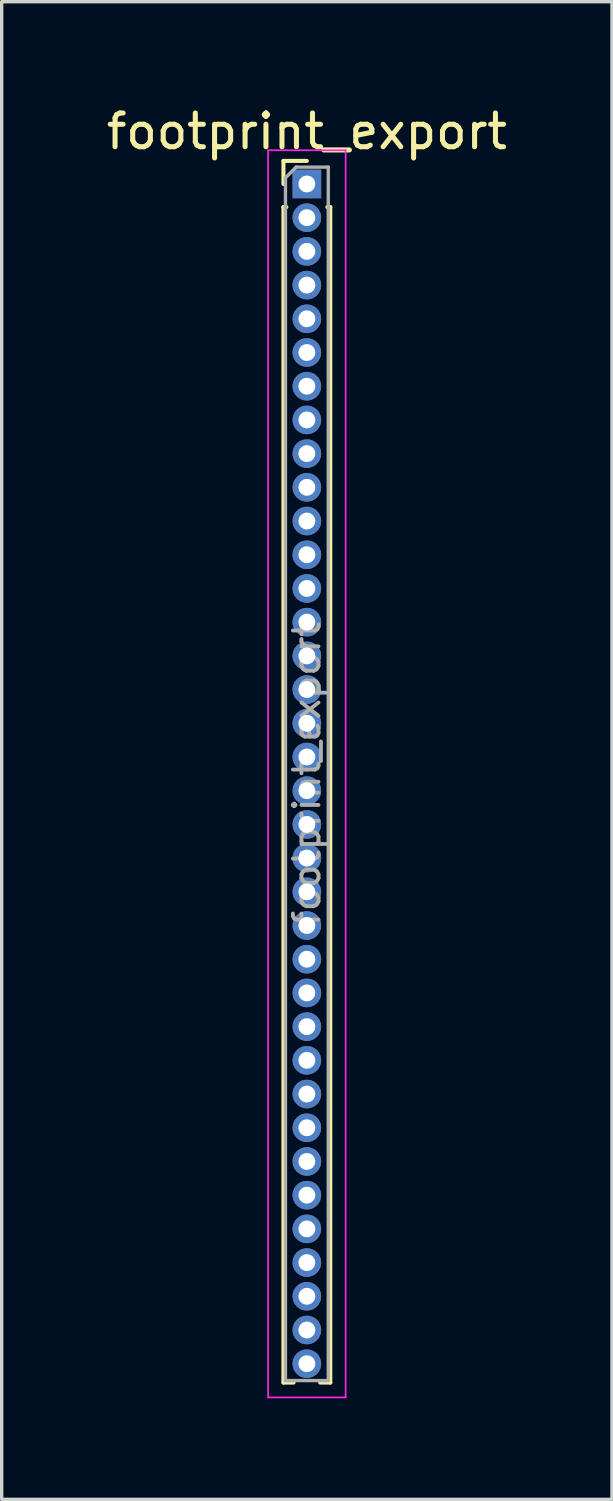
<source format=kicad_pcb>
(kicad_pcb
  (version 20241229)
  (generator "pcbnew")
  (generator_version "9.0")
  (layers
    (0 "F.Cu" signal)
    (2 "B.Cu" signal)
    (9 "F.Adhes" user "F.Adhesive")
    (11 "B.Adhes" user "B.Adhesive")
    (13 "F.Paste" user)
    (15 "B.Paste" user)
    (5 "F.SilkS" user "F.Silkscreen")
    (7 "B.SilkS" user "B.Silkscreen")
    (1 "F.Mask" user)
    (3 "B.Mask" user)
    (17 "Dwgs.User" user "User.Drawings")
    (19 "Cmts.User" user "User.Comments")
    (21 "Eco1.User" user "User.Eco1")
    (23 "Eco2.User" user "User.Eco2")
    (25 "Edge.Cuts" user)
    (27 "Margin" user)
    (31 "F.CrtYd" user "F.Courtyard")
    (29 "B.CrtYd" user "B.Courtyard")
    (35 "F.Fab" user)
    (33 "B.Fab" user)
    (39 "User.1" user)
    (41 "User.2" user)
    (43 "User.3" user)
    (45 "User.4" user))
  (footprint "footprint_export"
    (layer "F.Cu")
    (at 6.054 2.408)
    (property "Reference" "footprint_export" (at 0 -1.56 0) (layer "F.SilkS") (effects (font (size 1 1) (thickness 0.15))))
    (attr through_hole)
    (fp_line (start -0.695 -0.685) (end 0 -0.685) (stroke (width 0.12) (type solid)) (layer "F.SilkS"))
    (fp_line (start -0.695 0) (end -0.695 -0.685) (stroke (width 0.12) (type solid)) (layer "F.SilkS"))
    (fp_line (start -0.695 0.685) (end -0.695 35.56) (stroke (width 0.12) (type solid)) (layer "F.SilkS"))
    (fp_line (start -0.695 0.685) (end -0.608 0.685) (stroke (width 0.12) (type solid)) (layer "F.SilkS"))
    (fp_line (start -0.695 35.56) (end -0.394 35.56) (stroke (width 0.12) (type solid)) (layer "F.SilkS"))
    (fp_line (start 0.394 35.56) (end 0.695 35.56) (stroke (width 0.12) (type solid)) (layer "F.SilkS"))
    (fp_line (start 0.608 0.685) (end 0.695 0.685) (stroke (width 0.12) (type solid)) (layer "F.SilkS"))
    (fp_line (start 0.695 0.685) (end 0.695 35.56) (stroke (width 0.12) (type solid)) (layer "F.SilkS"))
    (fp_line (start -1.15 -1) (end -1.15 36) (stroke (width 0.05) (type solid)) (layer "F.CrtYd"))
    (fp_line (start -1.15 36) (end 1.15 36) (stroke (width 0.05) (type solid)) (layer "F.CrtYd"))
    (fp_line (start 1.15 -1) (end -1.15 -1) (stroke (width 0.05) (type solid)) (layer "F.CrtYd"))
    (fp_line (start 1.15 36) (end 1.15 -1) (stroke (width 0.05) (type solid)) (layer "F.CrtYd"))
    (fp_line (start -0.635 -0.182) (end -0.318 -0.5) (stroke (width 0.1) (type solid)) (layer "F.Fab"))
    (fp_line (start -0.635 35.5) (end -0.635 -0.182) (stroke (width 0.1) (type solid)) (layer "F.Fab"))
    (fp_line (start -0.318 -0.5) (end 0.635 -0.5) (stroke (width 0.1) (type solid)) (layer "F.Fab"))
    (fp_line (start 0.635 -0.5) (end 0.635 35.5) (stroke (width 0.1) (type solid)) (layer "F.Fab"))
    (fp_line (start 0.635 35.5) (end -0.635 35.5) (stroke (width 0.1) (type solid)) (layer "F.Fab"))
    (fp_text user "${REFERENCE}" (at 0 17.5 90) (layer "F.Fab") (effects (font (size 0.76 0.76) (thickness 0.114))))
    (pad "1" thru_hole rect (at 0 0) (size 0.85 0.85) (drill 0.5) (layers "*.Cu" "*.Mask"))
    (pad "2" thru_hole oval (at 0 1) (size 0.85 0.85) (drill 0.5) (layers "*.Cu" "*.Mask"))
    (pad "3" thru_hole oval (at 0 2) (size 0.85 0.85) (drill 0.5) (layers "*.Cu" "*.Mask"))
    (pad "4" thru_hole oval (at 0 3) (size 0.85 0.85) (drill 0.5) (layers "*.Cu" "*.Mask"))
    (pad "5" thru_hole oval (at 0 4) (size 0.85 0.85) (drill 0.5) (layers "*.Cu" "*.Mask"))
    (pad "6" thru_hole oval (at 0 5) (size 0.85 0.85) (drill 0.5) (layers "*.Cu" "*.Mask"))
    (pad "7" thru_hole oval (at 0 6) (size 0.85 0.85) (drill 0.5) (layers "*.Cu" "*.Mask"))
    (pad "8" thru_hole oval (at 0 7) (size 0.85 0.85) (drill 0.5) (layers "*.Cu" "*.Mask"))
    (pad "9" thru_hole oval (at 0 8) (size 0.85 0.85) (drill 0.5) (layers "*.Cu" "*.Mask"))
    (pad "10" thru_hole oval (at 0 9) (size 0.85 0.85) (drill 0.5) (layers "*.Cu" "*.Mask"))
    (pad "11" thru_hole oval (at 0 10) (size 0.85 0.85) (drill 0.5) (layers "*.Cu" "*.Mask"))
    (pad "12" thru_hole oval (at 0 11) (size 0.85 0.85) (drill 0.5) (layers "*.Cu" "*.Mask"))
    (pad "13" thru_hole oval (at 0 12) (size 0.85 0.85) (drill 0.5) (layers "*.Cu" "*.Mask"))
    (pad "14" thru_hole oval (at 0 13) (size 0.85 0.85) (drill 0.5) (layers "*.Cu" "*.Mask"))
    (pad "15" thru_hole oval (at 0 14) (size 0.85 0.85) (drill 0.5) (layers "*.Cu" "*.Mask"))
    (pad "16" thru_hole oval (at 0 15) (size 0.85 0.85) (drill 0.5) (layers "*.Cu" "*.Mask"))
    (pad "17" thru_hole oval (at 0 16) (size 0.85 0.85) (drill 0.5) (layers "*.Cu" "*.Mask"))
    (pad "18" thru_hole oval (at 0 17) (size 0.85 0.85) (drill 0.5) (layers "*.Cu" "*.Mask"))
    (pad "19" thru_hole oval (at 0 18) (size 0.85 0.85) (drill 0.5) (layers "*.Cu" "*.Mask"))
    (pad "20" thru_hole oval (at 0 19) (size 0.85 0.85) (drill 0.5) (layers "*.Cu" "*.Mask"))
    (pad "21" thru_hole oval (at 0 20) (size 0.85 0.85) (drill 0.5) (layers "*.Cu" "*.Mask"))
    (pad "22" thru_hole oval (at 0 21) (size 0.85 0.85) (drill 0.5) (layers "*.Cu" "*.Mask"))
    (pad "23" thru_hole oval (at 0 22) (size 0.85 0.85) (drill 0.5) (layers "*.Cu" "*.Mask"))
    (pad "24" thru_hole oval (at 0 23) (size 0.85 0.85) (drill 0.5) (layers "*.Cu" "*.Mask"))
    (pad "25" thru_hole oval (at 0 24) (size 0.85 0.85) (drill 0.5) (layers "*.Cu" "*.Mask"))
    (pad "26" thru_hole oval (at 0 25) (size 0.85 0.85) (drill 0.5) (layers "*.Cu" "*.Mask"))
    (pad "27" thru_hole oval (at 0 26) (size 0.85 0.85) (drill 0.5) (layers "*.Cu" "*.Mask"))
    (pad "28" thru_hole oval (at 0 27) (size 0.85 0.85) (drill 0.5) (layers "*.Cu" "*.Mask"))
    (pad "29" thru_hole oval (at 0 28) (size 0.85 0.85) (drill 0.5) (layers "*.Cu" "*.Mask"))
    (pad "30" thru_hole oval (at 0 29) (size 0.85 0.85) (drill 0.5) (layers "*.Cu" "*.Mask"))
    (pad "31" thru_hole oval (at 0 30) (size 0.85 0.85) (drill 0.5) (layers "*.Cu" "*.Mask"))
    (pad "32" thru_hole oval (at 0 31) (size 0.85 0.85) (drill 0.5) (layers "*.Cu" "*.Mask"))
    (pad "33" thru_hole oval (at 0 32) (size 0.85 0.85) (drill 0.5) (layers "*.Cu" "*.Mask"))
    (pad "34" thru_hole oval (at 0 33) (size 0.85 0.85) (drill 0.5) (layers "*.Cu" "*.Mask"))
    (pad "35" thru_hole oval (at 0 34) (size 0.85 0.85) (drill 0.5) (layers "*.Cu" "*.Mask"))
    (pad "36" thru_hole oval (at 0 35) (size 0.85 0.85) (drill 0.5) (layers "*.Cu" "*.Mask")))
  (gr_rect
    (start -3 -3)
    (end 15.107 41.433)
    (stroke (width 0.1) (type default))
    (fill no)
    (layer "Edge.Cuts")))
</source>
